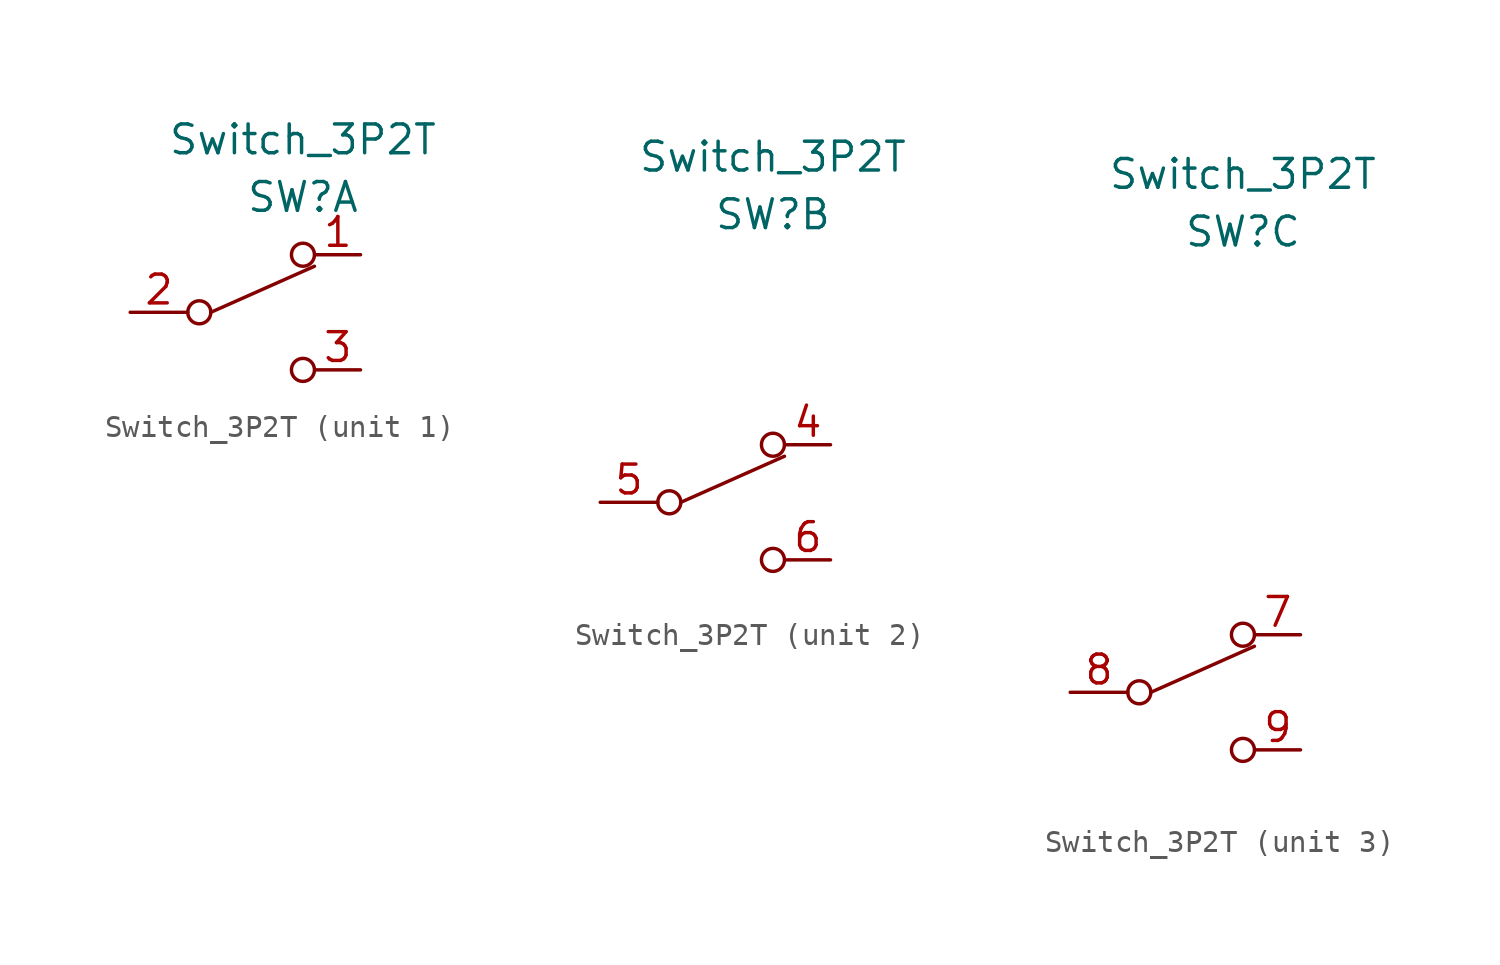
<source format=kicad_sym>
(kicad_symbol_lib
  (version 20220914)
  (generator kicad_symbol_editor)
  (symbol "Switch_3P2T"
    (pin_names hide)
    (property "Reference" "SW"
      (at 0 2.54 0)
      (effects (font (size 1.27 1.27))))
    (property "Value" "Switch_3P2T"
      (at 0 5.08 0)
      (effects (font (size 1.27 1.27))))
    (symbol "Switch_3P2T_1_1"
      (circle (center -4.572 -2.54) (radius 0.508) (stroke (width 0) (type default)) (fill (type none)))
      (circle (center 0 -5.08) (radius 0.508) (stroke (width 0) (type default)) (fill (type none)))
      (polyline (pts (xy -4.064 -2.54) (xy 0.508 -0.508)) (stroke (width 0) (type default)) (fill (type none)))
      (circle (center 0 0) (radius 0.508) (stroke (width 0) (type default)) (fill (type none)))
      (pin passive line (at 2.54 0 180) (length 2) (name "1" (effects (font (size 1.27 1.27)))) (number "1" (effects (font (size 1.27 1.27)))))
      (pin passive line (at -7.62 -2.54 0) (length 2.54) (name "2" (effects (font (size 1.27 1.27)))) (number "2" (effects (font (size 1.27 1.27)))))
      (pin passive line (at 2.54 -5.08 180) (length 2) (name "3" (effects (font (size 1.27 1.27)))) (number "3" (effects (font (size 1.27 1.27))))))
    (symbol "Switch_3P2T_2_1"
      (circle (center -4.572 -10.16) (radius 0.508) (stroke (width 0) (type default)) (fill (type none)))
      (circle (center 0 -12.7) (radius 0.508) (stroke (width 0) (type default)) (fill (type none)))
      (circle (center 0 -7.62) (radius 0.508) (stroke (width 0) (type default)) (fill (type none)))
      (polyline (pts (xy -4.064 -10.16) (xy 0.508 -8.128)) (stroke (width 0) (type default)) (fill (type none)))
      (pin passive line (at 2.54 -7.62 180) (length 2) (name "4" (effects (font (size 1.27 1.27)))) (number "4" (effects (font (size 1.27 1.27)))))
      (pin passive line (at -7.62 -10.16 0) (length 2.54) (name "5" (effects (font (size 1.27 1.27)))) (number "5" (effects (font (size 1.27 1.27)))))
      (pin passive line (at 2.54 -12.7 180) (length 2) (name "6" (effects (font (size 1.27 1.27)))) (number "6" (effects (font (size 1.27 1.27))))))
    (symbol "Switch_3P2T_3_1"
      (circle (center -4.572 -17.78) (radius 0.508) (stroke (width 0) (type default)) (fill (type none)))
      (circle (center 0 -20.32) (radius 0.508) (stroke (width 0) (type default)) (fill (type none)))
      (circle (center 0 -15.24) (radius 0.508) (stroke (width 0) (type default)) (fill (type none)))
      (polyline (pts (xy -4.064 -17.78) (xy 0.508 -15.748)) (stroke (width 0) (type default)) (fill (type none)))
      (pin passive line (at 2.54 -15.24 180) (length 2) (name "7" (effects (font (size 1.27 1.27)))) (number "7" (effects (font (size 1.27 1.27)))))
      (pin passive line (at -7.62 -17.78 0) (length 2.54) (name "8" (effects (font (size 1.27 1.27)))) (number "8" (effects (font (size 1.27 1.27)))))
      (pin passive line (at 2.54 -20.32 180) (length 2) (name "9" (effects (font (size 1.27 1.27)))) (number "9" (effects (font (size 1.27 1.27))))))))
</source>
